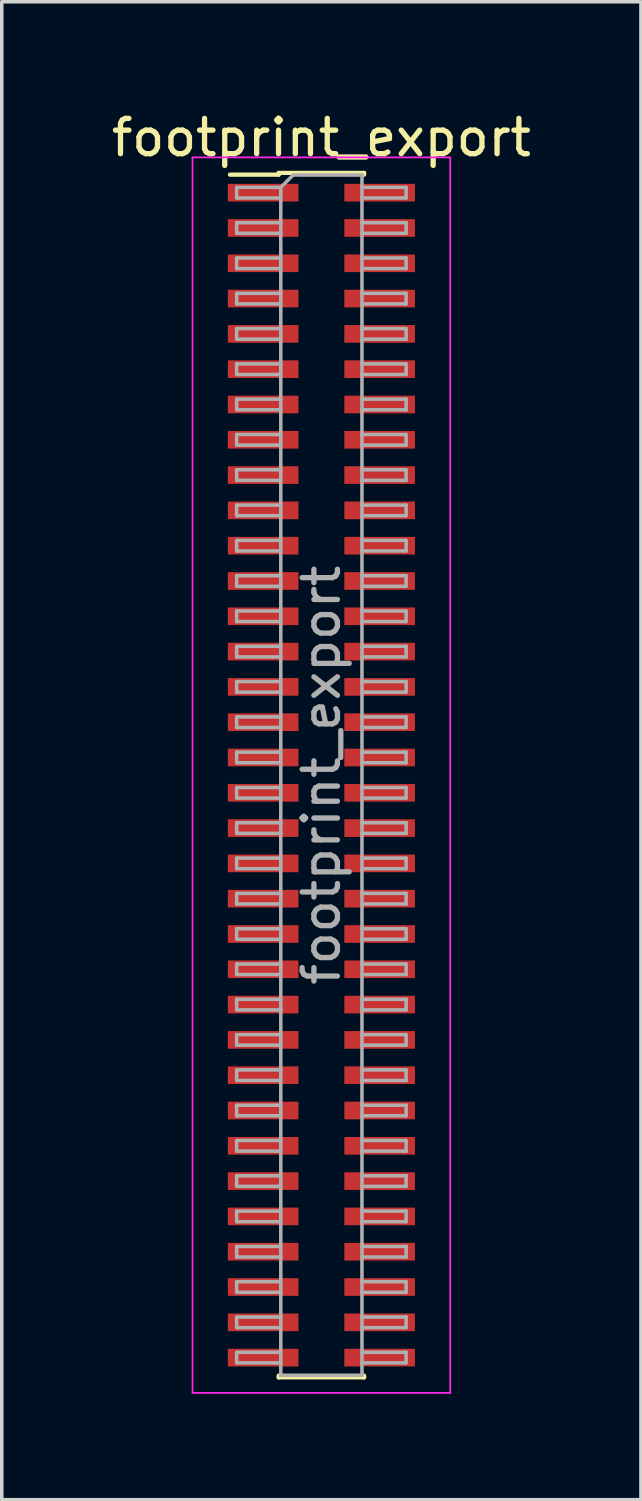
<source format=kicad_pcb>
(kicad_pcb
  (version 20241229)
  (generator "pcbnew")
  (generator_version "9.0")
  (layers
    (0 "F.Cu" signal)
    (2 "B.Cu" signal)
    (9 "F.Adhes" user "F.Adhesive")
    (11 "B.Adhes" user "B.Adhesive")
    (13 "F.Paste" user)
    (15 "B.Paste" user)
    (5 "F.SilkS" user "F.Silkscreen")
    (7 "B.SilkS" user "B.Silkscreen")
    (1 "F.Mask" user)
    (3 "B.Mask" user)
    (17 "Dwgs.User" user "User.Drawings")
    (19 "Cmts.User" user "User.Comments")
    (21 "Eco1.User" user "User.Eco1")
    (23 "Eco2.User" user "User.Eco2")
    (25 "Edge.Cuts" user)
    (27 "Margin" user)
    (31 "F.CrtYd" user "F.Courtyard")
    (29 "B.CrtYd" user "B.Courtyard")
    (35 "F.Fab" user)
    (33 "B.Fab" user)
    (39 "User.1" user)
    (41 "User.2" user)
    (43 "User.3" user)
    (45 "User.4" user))
  (footprint "footprint_export"
    (layer "F.Cu")
    (at 6.054 18.908)
    (property "Reference" "footprint_export" (at 0 -18.06 0) (layer "F.SilkS") (effects (font (size 1 1) (thickness 0.15))))
    (attr smd)
    (fp_line (start -2.59 -17.01) (end -1.21 -17.01) (stroke (width 0.12) (type solid)) (layer "F.SilkS"))
    (fp_line (start -1.21 -17.06) (end -1.21 -17.01) (stroke (width 0.12) (type solid)) (layer "F.SilkS"))
    (fp_line (start -1.21 -17.06) (end 1.21 -17.06) (stroke (width 0.12) (type solid)) (layer "F.SilkS"))
    (fp_line (start -1.21 17.01) (end -1.21 17.06) (stroke (width 0.12) (type solid)) (layer "F.SilkS"))
    (fp_line (start -1.21 17.06) (end 1.21 17.06) (stroke (width 0.12) (type solid)) (layer "F.SilkS"))
    (fp_line (start 1.21 -17.06) (end 1.21 -17.01) (stroke (width 0.12) (type solid)) (layer "F.SilkS"))
    (fp_line (start 1.21 17.01) (end 1.21 17.06) (stroke (width 0.12) (type solid)) (layer "F.SilkS"))
    (fp_line (start -3.65 -17.5) (end -3.65 17.5) (stroke (width 0.05) (type solid)) (layer "F.CrtYd"))
    (fp_line (start -3.65 17.5) (end 3.65 17.5) (stroke (width 0.05) (type solid)) (layer "F.CrtYd"))
    (fp_line (start 3.65 -17.5) (end -3.65 -17.5) (stroke (width 0.05) (type solid)) (layer "F.CrtYd"))
    (fp_line (start 3.65 17.5) (end 3.65 -17.5) (stroke (width 0.05) (type solid)) (layer "F.CrtYd"))
    (fp_line (start -2.4 -16.65) (end -2.4 -16.35) (stroke (width 0.1) (type solid)) (layer "F.Fab"))
    (fp_line (start -2.4 -16.35) (end -1.15 -16.35) (stroke (width 0.1) (type solid)) (layer "F.Fab"))
    (fp_line (start -2.4 -15.65) (end -2.4 -15.35) (stroke (width 0.1) (type solid)) (layer "F.Fab"))
    (fp_line (start -2.4 -15.35) (end -1.15 -15.35) (stroke (width 0.1) (type solid)) (layer "F.Fab"))
    (fp_line (start -2.4 -14.65) (end -2.4 -14.35) (stroke (width 0.1) (type solid)) (layer "F.Fab"))
    (fp_line (start -2.4 -14.35) (end -1.15 -14.35) (stroke (width 0.1) (type solid)) (layer "F.Fab"))
    (fp_line (start -2.4 -13.65) (end -2.4 -13.35) (stroke (width 0.1) (type solid)) (layer "F.Fab"))
    (fp_line (start -2.4 -13.35) (end -1.15 -13.35) (stroke (width 0.1) (type solid)) (layer "F.Fab"))
    (fp_line (start -2.4 -12.65) (end -2.4 -12.35) (stroke (width 0.1) (type solid)) (layer "F.Fab"))
    (fp_line (start -2.4 -12.35) (end -1.15 -12.35) (stroke (width 0.1) (type solid)) (layer "F.Fab"))
    (fp_line (start -2.4 -11.65) (end -2.4 -11.35) (stroke (width 0.1) (type solid)) (layer "F.Fab"))
    (fp_line (start -2.4 -11.35) (end -1.15 -11.35) (stroke (width 0.1) (type solid)) (layer "F.Fab"))
    (fp_line (start -2.4 -10.65) (end -2.4 -10.35) (stroke (width 0.1) (type solid)) (layer "F.Fab"))
    (fp_line (start -2.4 -10.35) (end -1.15 -10.35) (stroke (width 0.1) (type solid)) (layer "F.Fab"))
    (fp_line (start -2.4 -9.65) (end -2.4 -9.35) (stroke (width 0.1) (type solid)) (layer "F.Fab"))
    (fp_line (start -2.4 -9.35) (end -1.15 -9.35) (stroke (width 0.1) (type solid)) (layer "F.Fab"))
    (fp_line (start -2.4 -8.65) (end -2.4 -8.35) (stroke (width 0.1) (type solid)) (layer "F.Fab"))
    (fp_line (start -2.4 -8.35) (end -1.15 -8.35) (stroke (width 0.1) (type solid)) (layer "F.Fab"))
    (fp_line (start -2.4 -7.65) (end -2.4 -7.35) (stroke (width 0.1) (type solid)) (layer "F.Fab"))
    (fp_line (start -2.4 -7.35) (end -1.15 -7.35) (stroke (width 0.1) (type solid)) (layer "F.Fab"))
    (fp_line (start -2.4 -6.65) (end -2.4 -6.35) (stroke (width 0.1) (type solid)) (layer "F.Fab"))
    (fp_line (start -2.4 -6.35) (end -1.15 -6.35) (stroke (width 0.1) (type solid)) (layer "F.Fab"))
    (fp_line (start -2.4 -5.65) (end -2.4 -5.35) (stroke (width 0.1) (type solid)) (layer "F.Fab"))
    (fp_line (start -2.4 -5.35) (end -1.15 -5.35) (stroke (width 0.1) (type solid)) (layer "F.Fab"))
    (fp_line (start -2.4 -4.65) (end -2.4 -4.35) (stroke (width 0.1) (type solid)) (layer "F.Fab"))
    (fp_line (start -2.4 -4.35) (end -1.15 -4.35) (stroke (width 0.1) (type solid)) (layer "F.Fab"))
    (fp_line (start -2.4 -3.65) (end -2.4 -3.35) (stroke (width 0.1) (type solid)) (layer "F.Fab"))
    (fp_line (start -2.4 -3.35) (end -1.15 -3.35) (stroke (width 0.1) (type solid)) (layer "F.Fab"))
    (fp_line (start -2.4 -2.65) (end -2.4 -2.35) (stroke (width 0.1) (type solid)) (layer "F.Fab"))
    (fp_line (start -2.4 -2.35) (end -1.15 -2.35) (stroke (width 0.1) (type solid)) (layer "F.Fab"))
    (fp_line (start -2.4 -1.65) (end -2.4 -1.35) (stroke (width 0.1) (type solid)) (layer "F.Fab"))
    (fp_line (start -2.4 -1.35) (end -1.15 -1.35) (stroke (width 0.1) (type solid)) (layer "F.Fab"))
    (fp_line (start -2.4 -0.65) (end -2.4 -0.35) (stroke (width 0.1) (type solid)) (layer "F.Fab"))
    (fp_line (start -2.4 -0.35) (end -1.15 -0.35) (stroke (width 0.1) (type solid)) (layer "F.Fab"))
    (fp_line (start -2.4 0.35) (end -2.4 0.65) (stroke (width 0.1) (type solid)) (layer "F.Fab"))
    (fp_line (start -2.4 0.65) (end -1.15 0.65) (stroke (width 0.1) (type solid)) (layer "F.Fab"))
    (fp_line (start -2.4 1.35) (end -2.4 1.65) (stroke (width 0.1) (type solid)) (layer "F.Fab"))
    (fp_line (start -2.4 1.65) (end -1.15 1.65) (stroke (width 0.1) (type solid)) (layer "F.Fab"))
    (fp_line (start -2.4 2.35) (end -2.4 2.65) (stroke (width 0.1) (type solid)) (layer "F.Fab"))
    (fp_line (start -2.4 2.65) (end -1.15 2.65) (stroke (width 0.1) (type solid)) (layer "F.Fab"))
    (fp_line (start -2.4 3.35) (end -2.4 3.65) (stroke (width 0.1) (type solid)) (layer "F.Fab"))
    (fp_line (start -2.4 3.65) (end -1.15 3.65) (stroke (width 0.1) (type solid)) (layer "F.Fab"))
    (fp_line (start -2.4 4.35) (end -2.4 4.65) (stroke (width 0.1) (type solid)) (layer "F.Fab"))
    (fp_line (start -2.4 4.65) (end -1.15 4.65) (stroke (width 0.1) (type solid)) (layer "F.Fab"))
    (fp_line (start -2.4 5.35) (end -2.4 5.65) (stroke (width 0.1) (type solid)) (layer "F.Fab"))
    (fp_line (start -2.4 5.65) (end -1.15 5.65) (stroke (width 0.1) (type solid)) (layer "F.Fab"))
    (fp_line (start -2.4 6.35) (end -2.4 6.65) (stroke (width 0.1) (type solid)) (layer "F.Fab"))
    (fp_line (start -2.4 6.65) (end -1.15 6.65) (stroke (width 0.1) (type solid)) (layer "F.Fab"))
    (fp_line (start -2.4 7.35) (end -2.4 7.65) (stroke (width 0.1) (type solid)) (layer "F.Fab"))
    (fp_line (start -2.4 7.65) (end -1.15 7.65) (stroke (width 0.1) (type solid)) (layer "F.Fab"))
    (fp_line (start -2.4 8.35) (end -2.4 8.65) (stroke (width 0.1) (type solid)) (layer "F.Fab"))
    (fp_line (start -2.4 8.65) (end -1.15 8.65) (stroke (width 0.1) (type solid)) (layer "F.Fab"))
    (fp_line (start -2.4 9.35) (end -2.4 9.65) (stroke (width 0.1) (type solid)) (layer "F.Fab"))
    (fp_line (start -2.4 9.65) (end -1.15 9.65) (stroke (width 0.1) (type solid)) (layer "F.Fab"))
    (fp_line (start -2.4 10.35) (end -2.4 10.65) (stroke (width 0.1) (type solid)) (layer "F.Fab"))
    (fp_line (start -2.4 10.65) (end -1.15 10.65) (stroke (width 0.1) (type solid)) (layer "F.Fab"))
    (fp_line (start -2.4 11.35) (end -2.4 11.65) (stroke (width 0.1) (type solid)) (layer "F.Fab"))
    (fp_line (start -2.4 11.65) (end -1.15 11.65) (stroke (width 0.1) (type solid)) (layer "F.Fab"))
    (fp_line (start -2.4 12.35) (end -2.4 12.65) (stroke (width 0.1) (type solid)) (layer "F.Fab"))
    (fp_line (start -2.4 12.65) (end -1.15 12.65) (stroke (width 0.1) (type solid)) (layer "F.Fab"))
    (fp_line (start -2.4 13.35) (end -2.4 13.65) (stroke (width 0.1) (type solid)) (layer "F.Fab"))
    (fp_line (start -2.4 13.65) (end -1.15 13.65) (stroke (width 0.1) (type solid)) (layer "F.Fab"))
    (fp_line (start -2.4 14.35) (end -2.4 14.65) (stroke (width 0.1) (type solid)) (layer "F.Fab"))
    (fp_line (start -2.4 14.65) (end -1.15 14.65) (stroke (width 0.1) (type solid)) (layer "F.Fab"))
    (fp_line (start -2.4 15.35) (end -2.4 15.65) (stroke (width 0.1) (type solid)) (layer "F.Fab"))
    (fp_line (start -2.4 15.65) (end -1.15 15.65) (stroke (width 0.1) (type solid)) (layer "F.Fab"))
    (fp_line (start -2.4 16.35) (end -2.4 16.65) (stroke (width 0.1) (type solid)) (layer "F.Fab"))
    (fp_line (start -2.4 16.65) (end -1.15 16.65) (stroke (width 0.1) (type solid)) (layer "F.Fab"))
    (fp_line (start -1.15 -16.65) (end -2.4 -16.65) (stroke (width 0.1) (type solid)) (layer "F.Fab"))
    (fp_line (start -1.15 -16.65) (end -0.8 -17) (stroke (width 0.1) (type solid)) (layer "F.Fab"))
    (fp_line (start -1.15 -15.65) (end -2.4 -15.65) (stroke (width 0.1) (type solid)) (layer "F.Fab"))
    (fp_line (start -1.15 -14.65) (end -2.4 -14.65) (stroke (width 0.1) (type solid)) (layer "F.Fab"))
    (fp_line (start -1.15 -13.65) (end -2.4 -13.65) (stroke (width 0.1) (type solid)) (layer "F.Fab"))
    (fp_line (start -1.15 -12.65) (end -2.4 -12.65) (stroke (width 0.1) (type solid)) (layer "F.Fab"))
    (fp_line (start -1.15 -11.65) (end -2.4 -11.65) (stroke (width 0.1) (type solid)) (layer "F.Fab"))
    (fp_line (start -1.15 -10.65) (end -2.4 -10.65) (stroke (width 0.1) (type solid)) (layer "F.Fab"))
    (fp_line (start -1.15 -9.65) (end -2.4 -9.65) (stroke (width 0.1) (type solid)) (layer "F.Fab"))
    (fp_line (start -1.15 -8.65) (end -2.4 -8.65) (stroke (width 0.1) (type solid)) (layer "F.Fab"))
    (fp_line (start -1.15 -7.65) (end -2.4 -7.65) (stroke (width 0.1) (type solid)) (layer "F.Fab"))
    (fp_line (start -1.15 -6.65) (end -2.4 -6.65) (stroke (width 0.1) (type solid)) (layer "F.Fab"))
    (fp_line (start -1.15 -5.65) (end -2.4 -5.65) (stroke (width 0.1) (type solid)) (layer "F.Fab"))
    (fp_line (start -1.15 -4.65) (end -2.4 -4.65) (stroke (width 0.1) (type solid)) (layer "F.Fab"))
    (fp_line (start -1.15 -3.65) (end -2.4 -3.65) (stroke (width 0.1) (type solid)) (layer "F.Fab"))
    (fp_line (start -1.15 -2.65) (end -2.4 -2.65) (stroke (width 0.1) (type solid)) (layer "F.Fab"))
    (fp_line (start -1.15 -1.65) (end -2.4 -1.65) (stroke (width 0.1) (type solid)) (layer "F.Fab"))
    (fp_line (start -1.15 -0.65) (end -2.4 -0.65) (stroke (width 0.1) (type solid)) (layer "F.Fab"))
    (fp_line (start -1.15 0.35) (end -2.4 0.35) (stroke (width 0.1) (type solid)) (layer "F.Fab"))
    (fp_line (start -1.15 1.35) (end -2.4 1.35) (stroke (width 0.1) (type solid)) (layer "F.Fab"))
    (fp_line (start -1.15 2.35) (end -2.4 2.35) (stroke (width 0.1) (type solid)) (layer "F.Fab"))
    (fp_line (start -1.15 3.35) (end -2.4 3.35) (stroke (width 0.1) (type solid)) (layer "F.Fab"))
    (fp_line (start -1.15 4.35) (end -2.4 4.35) (stroke (width 0.1) (type solid)) (layer "F.Fab"))
    (fp_line (start -1.15 5.35) (end -2.4 5.35) (stroke (width 0.1) (type solid)) (layer "F.Fab"))
    (fp_line (start -1.15 6.35) (end -2.4 6.35) (stroke (width 0.1) (type solid)) (layer "F.Fab"))
    (fp_line (start -1.15 7.35) (end -2.4 7.35) (stroke (width 0.1) (type solid)) (layer "F.Fab"))
    (fp_line (start -1.15 8.35) (end -2.4 8.35) (stroke (width 0.1) (type solid)) (layer "F.Fab"))
    (fp_line (start -1.15 9.35) (end -2.4 9.35) (stroke (width 0.1) (type solid)) (layer "F.Fab"))
    (fp_line (start -1.15 10.35) (end -2.4 10.35) (stroke (width 0.1) (type solid)) (layer "F.Fab"))
    (fp_line (start -1.15 11.35) (end -2.4 11.35) (stroke (width 0.1) (type solid)) (layer "F.Fab"))
    (fp_line (start -1.15 12.35) (end -2.4 12.35) (stroke (width 0.1) (type solid)) (layer "F.Fab"))
    (fp_line (start -1.15 13.35) (end -2.4 13.35) (stroke (width 0.1) (type solid)) (layer "F.Fab"))
    (fp_line (start -1.15 14.35) (end -2.4 14.35) (stroke (width 0.1) (type solid)) (layer "F.Fab"))
    (fp_line (start -1.15 15.35) (end -2.4 15.35) (stroke (width 0.1) (type solid)) (layer "F.Fab"))
    (fp_line (start -1.15 16.35) (end -2.4 16.35) (stroke (width 0.1) (type solid)) (layer "F.Fab"))
    (fp_line (start -1.15 17) (end -1.15 -16.65) (stroke (width 0.1) (type solid)) (layer "F.Fab"))
    (fp_line (start -0.8 -17) (end 1.15 -17) (stroke (width 0.1) (type solid)) (layer "F.Fab"))
    (fp_line (start 1.15 -17) (end 1.15 17) (stroke (width 0.1) (type solid)) (layer "F.Fab"))
    (fp_line (start 1.15 -16.65) (end 2.4 -16.65) (stroke (width 0.1) (type solid)) (layer "F.Fab"))
    (fp_line (start 1.15 -15.65) (end 2.4 -15.65) (stroke (width 0.1) (type solid)) (layer "F.Fab"))
    (fp_line (start 1.15 -14.65) (end 2.4 -14.65) (stroke (width 0.1) (type solid)) (layer "F.Fab"))
    (fp_line (start 1.15 -13.65) (end 2.4 -13.65) (stroke (width 0.1) (type solid)) (layer "F.Fab"))
    (fp_line (start 1.15 -12.65) (end 2.4 -12.65) (stroke (width 0.1) (type solid)) (layer "F.Fab"))
    (fp_line (start 1.15 -11.65) (end 2.4 -11.65) (stroke (width 0.1) (type solid)) (layer "F.Fab"))
    (fp_line (start 1.15 -10.65) (end 2.4 -10.65) (stroke (width 0.1) (type solid)) (layer "F.Fab"))
    (fp_line (start 1.15 -9.65) (end 2.4 -9.65) (stroke (width 0.1) (type solid)) (layer "F.Fab"))
    (fp_line (start 1.15 -8.65) (end 2.4 -8.65) (stroke (width 0.1) (type solid)) (layer "F.Fab"))
    (fp_line (start 1.15 -7.65) (end 2.4 -7.65) (stroke (width 0.1) (type solid)) (layer "F.Fab"))
    (fp_line (start 1.15 -6.65) (end 2.4 -6.65) (stroke (width 0.1) (type solid)) (layer "F.Fab"))
    (fp_line (start 1.15 -5.65) (end 2.4 -5.65) (stroke (width 0.1) (type solid)) (layer "F.Fab"))
    (fp_line (start 1.15 -4.65) (end 2.4 -4.65) (stroke (width 0.1) (type solid)) (layer "F.Fab"))
    (fp_line (start 1.15 -3.65) (end 2.4 -3.65) (stroke (width 0.1) (type solid)) (layer "F.Fab"))
    (fp_line (start 1.15 -2.65) (end 2.4 -2.65) (stroke (width 0.1) (type solid)) (layer "F.Fab"))
    (fp_line (start 1.15 -1.65) (end 2.4 -1.65) (stroke (width 0.1) (type solid)) (layer "F.Fab"))
    (fp_line (start 1.15 -0.65) (end 2.4 -0.65) (stroke (width 0.1) (type solid)) (layer "F.Fab"))
    (fp_line (start 1.15 0.35) (end 2.4 0.35) (stroke (width 0.1) (type solid)) (layer "F.Fab"))
    (fp_line (start 1.15 1.35) (end 2.4 1.35) (stroke (width 0.1) (type solid)) (layer "F.Fab"))
    (fp_line (start 1.15 2.35) (end 2.4 2.35) (stroke (width 0.1) (type solid)) (layer "F.Fab"))
    (fp_line (start 1.15 3.35) (end 2.4 3.35) (stroke (width 0.1) (type solid)) (layer "F.Fab"))
    (fp_line (start 1.15 4.35) (end 2.4 4.35) (stroke (width 0.1) (type solid)) (layer "F.Fab"))
    (fp_line (start 1.15 5.35) (end 2.4 5.35) (stroke (width 0.1) (type solid)) (layer "F.Fab"))
    (fp_line (start 1.15 6.35) (end 2.4 6.35) (stroke (width 0.1) (type solid)) (layer "F.Fab"))
    (fp_line (start 1.15 7.35) (end 2.4 7.35) (stroke (width 0.1) (type solid)) (layer "F.Fab"))
    (fp_line (start 1.15 8.35) (end 2.4 8.35) (stroke (width 0.1) (type solid)) (layer "F.Fab"))
    (fp_line (start 1.15 9.35) (end 2.4 9.35) (stroke (width 0.1) (type solid)) (layer "F.Fab"))
    (fp_line (start 1.15 10.35) (end 2.4 10.35) (stroke (width 0.1) (type solid)) (layer "F.Fab"))
    (fp_line (start 1.15 11.35) (end 2.4 11.35) (stroke (width 0.1) (type solid)) (layer "F.Fab"))
    (fp_line (start 1.15 12.35) (end 2.4 12.35) (stroke (width 0.1) (type solid)) (layer "F.Fab"))
    (fp_line (start 1.15 13.35) (end 2.4 13.35) (stroke (width 0.1) (type solid)) (layer "F.Fab"))
    (fp_line (start 1.15 14.35) (end 2.4 14.35) (stroke (width 0.1) (type solid)) (layer "F.Fab"))
    (fp_line (start 1.15 15.35) (end 2.4 15.35) (stroke (width 0.1) (type solid)) (layer "F.Fab"))
    (fp_line (start 1.15 16.35) (end 2.4 16.35) (stroke (width 0.1) (type solid)) (layer "F.Fab"))
    (fp_line (start 1.15 17) (end -1.15 17) (stroke (width 0.1) (type solid)) (layer "F.Fab"))
    (fp_line (start 2.4 -16.65) (end 2.4 -16.35) (stroke (width 0.1) (type solid)) (layer "F.Fab"))
    (fp_line (start 2.4 -16.35) (end 1.15 -16.35) (stroke (width 0.1) (type solid)) (layer "F.Fab"))
    (fp_line (start 2.4 -15.65) (end 2.4 -15.35) (stroke (width 0.1) (type solid)) (layer "F.Fab"))
    (fp_line (start 2.4 -15.35) (end 1.15 -15.35) (stroke (width 0.1) (type solid)) (layer "F.Fab"))
    (fp_line (start 2.4 -14.65) (end 2.4 -14.35) (stroke (width 0.1) (type solid)) (layer "F.Fab"))
    (fp_line (start 2.4 -14.35) (end 1.15 -14.35) (stroke (width 0.1) (type solid)) (layer "F.Fab"))
    (fp_line (start 2.4 -13.65) (end 2.4 -13.35) (stroke (width 0.1) (type solid)) (layer "F.Fab"))
    (fp_line (start 2.4 -13.35) (end 1.15 -13.35) (stroke (width 0.1) (type solid)) (layer "F.Fab"))
    (fp_line (start 2.4 -12.65) (end 2.4 -12.35) (stroke (width 0.1) (type solid)) (layer "F.Fab"))
    (fp_line (start 2.4 -12.35) (end 1.15 -12.35) (stroke (width 0.1) (type solid)) (layer "F.Fab"))
    (fp_line (start 2.4 -11.65) (end 2.4 -11.35) (stroke (width 0.1) (type solid)) (layer "F.Fab"))
    (fp_line (start 2.4 -11.35) (end 1.15 -11.35) (stroke (width 0.1) (type solid)) (layer "F.Fab"))
    (fp_line (start 2.4 -10.65) (end 2.4 -10.35) (stroke (width 0.1) (type solid)) (layer "F.Fab"))
    (fp_line (start 2.4 -10.35) (end 1.15 -10.35) (stroke (width 0.1) (type solid)) (layer "F.Fab"))
    (fp_line (start 2.4 -9.65) (end 2.4 -9.35) (stroke (width 0.1) (type solid)) (layer "F.Fab"))
    (fp_line (start 2.4 -9.35) (end 1.15 -9.35) (stroke (width 0.1) (type solid)) (layer "F.Fab"))
    (fp_line (start 2.4 -8.65) (end 2.4 -8.35) (stroke (width 0.1) (type solid)) (layer "F.Fab"))
    (fp_line (start 2.4 -8.35) (end 1.15 -8.35) (stroke (width 0.1) (type solid)) (layer "F.Fab"))
    (fp_line (start 2.4 -7.65) (end 2.4 -7.35) (stroke (width 0.1) (type solid)) (layer "F.Fab"))
    (fp_line (start 2.4 -7.35) (end 1.15 -7.35) (stroke (width 0.1) (type solid)) (layer "F.Fab"))
    (fp_line (start 2.4 -6.65) (end 2.4 -6.35) (stroke (width 0.1) (type solid)) (layer "F.Fab"))
    (fp_line (start 2.4 -6.35) (end 1.15 -6.35) (stroke (width 0.1) (type solid)) (layer "F.Fab"))
    (fp_line (start 2.4 -5.65) (end 2.4 -5.35) (stroke (width 0.1) (type solid)) (layer "F.Fab"))
    (fp_line (start 2.4 -5.35) (end 1.15 -5.35) (stroke (width 0.1) (type solid)) (layer "F.Fab"))
    (fp_line (start 2.4 -4.65) (end 2.4 -4.35) (stroke (width 0.1) (type solid)) (layer "F.Fab"))
    (fp_line (start 2.4 -4.35) (end 1.15 -4.35) (stroke (width 0.1) (type solid)) (layer "F.Fab"))
    (fp_line (start 2.4 -3.65) (end 2.4 -3.35) (stroke (width 0.1) (type solid)) (layer "F.Fab"))
    (fp_line (start 2.4 -3.35) (end 1.15 -3.35) (stroke (width 0.1) (type solid)) (layer "F.Fab"))
    (fp_line (start 2.4 -2.65) (end 2.4 -2.35) (stroke (width 0.1) (type solid)) (layer "F.Fab"))
    (fp_line (start 2.4 -2.35) (end 1.15 -2.35) (stroke (width 0.1) (type solid)) (layer "F.Fab"))
    (fp_line (start 2.4 -1.65) (end 2.4 -1.35) (stroke (width 0.1) (type solid)) (layer "F.Fab"))
    (fp_line (start 2.4 -1.35) (end 1.15 -1.35) (stroke (width 0.1) (type solid)) (layer "F.Fab"))
    (fp_line (start 2.4 -0.65) (end 2.4 -0.35) (stroke (width 0.1) (type solid)) (layer "F.Fab"))
    (fp_line (start 2.4 -0.35) (end 1.15 -0.35) (stroke (width 0.1) (type solid)) (layer "F.Fab"))
    (fp_line (start 2.4 0.35) (end 2.4 0.65) (stroke (width 0.1) (type solid)) (layer "F.Fab"))
    (fp_line (start 2.4 0.65) (end 1.15 0.65) (stroke (width 0.1) (type solid)) (layer "F.Fab"))
    (fp_line (start 2.4 1.35) (end 2.4 1.65) (stroke (width 0.1) (type solid)) (layer "F.Fab"))
    (fp_line (start 2.4 1.65) (end 1.15 1.65) (stroke (width 0.1) (type solid)) (layer "F.Fab"))
    (fp_line (start 2.4 2.35) (end 2.4 2.65) (stroke (width 0.1) (type solid)) (layer "F.Fab"))
    (fp_line (start 2.4 2.65) (end 1.15 2.65) (stroke (width 0.1) (type solid)) (layer "F.Fab"))
    (fp_line (start 2.4 3.35) (end 2.4 3.65) (stroke (width 0.1) (type solid)) (layer "F.Fab"))
    (fp_line (start 2.4 3.65) (end 1.15 3.65) (stroke (width 0.1) (type solid)) (layer "F.Fab"))
    (fp_line (start 2.4 4.35) (end 2.4 4.65) (stroke (width 0.1) (type solid)) (layer "F.Fab"))
    (fp_line (start 2.4 4.65) (end 1.15 4.65) (stroke (width 0.1) (type solid)) (layer "F.Fab"))
    (fp_line (start 2.4 5.35) (end 2.4 5.65) (stroke (width 0.1) (type solid)) (layer "F.Fab"))
    (fp_line (start 2.4 5.65) (end 1.15 5.65) (stroke (width 0.1) (type solid)) (layer "F.Fab"))
    (fp_line (start 2.4 6.35) (end 2.4 6.65) (stroke (width 0.1) (type solid)) (layer "F.Fab"))
    (fp_line (start 2.4 6.65) (end 1.15 6.65) (stroke (width 0.1) (type solid)) (layer "F.Fab"))
    (fp_line (start 2.4 7.35) (end 2.4 7.65) (stroke (width 0.1) (type solid)) (layer "F.Fab"))
    (fp_line (start 2.4 7.65) (end 1.15 7.65) (stroke (width 0.1) (type solid)) (layer "F.Fab"))
    (fp_line (start 2.4 8.35) (end 2.4 8.65) (stroke (width 0.1) (type solid)) (layer "F.Fab"))
    (fp_line (start 2.4 8.65) (end 1.15 8.65) (stroke (width 0.1) (type solid)) (layer "F.Fab"))
    (fp_line (start 2.4 9.35) (end 2.4 9.65) (stroke (width 0.1) (type solid)) (layer "F.Fab"))
    (fp_line (start 2.4 9.65) (end 1.15 9.65) (stroke (width 0.1) (type solid)) (layer "F.Fab"))
    (fp_line (start 2.4 10.35) (end 2.4 10.65) (stroke (width 0.1) (type solid)) (layer "F.Fab"))
    (fp_line (start 2.4 10.65) (end 1.15 10.65) (stroke (width 0.1) (type solid)) (layer "F.Fab"))
    (fp_line (start 2.4 11.35) (end 2.4 11.65) (stroke (width 0.1) (type solid)) (layer "F.Fab"))
    (fp_line (start 2.4 11.65) (end 1.15 11.65) (stroke (width 0.1) (type solid)) (layer "F.Fab"))
    (fp_line (start 2.4 12.35) (end 2.4 12.65) (stroke (width 0.1) (type solid)) (layer "F.Fab"))
    (fp_line (start 2.4 12.65) (end 1.15 12.65) (stroke (width 0.1) (type solid)) (layer "F.Fab"))
    (fp_line (start 2.4 13.35) (end 2.4 13.65) (stroke (width 0.1) (type solid)) (layer "F.Fab"))
    (fp_line (start 2.4 13.65) (end 1.15 13.65) (stroke (width 0.1) (type solid)) (layer "F.Fab"))
    (fp_line (start 2.4 14.35) (end 2.4 14.65) (stroke (width 0.1) (type solid)) (layer "F.Fab"))
    (fp_line (start 2.4 14.65) (end 1.15 14.65) (stroke (width 0.1) (type solid)) (layer "F.Fab"))
    (fp_line (start 2.4 15.35) (end 2.4 15.65) (stroke (width 0.1) (type solid)) (layer "F.Fab"))
    (fp_line (start 2.4 15.65) (end 1.15 15.65) (stroke (width 0.1) (type solid)) (layer "F.Fab"))
    (fp_line (start 2.4 16.35) (end 2.4 16.65) (stroke (width 0.1) (type solid)) (layer "F.Fab"))
    (fp_line (start 2.4 16.65) (end 1.15 16.65) (stroke (width 0.1) (type solid)) (layer "F.Fab"))
    (fp_text user "${REFERENCE}" (at 0 0 90) (layer "F.Fab") (effects (font (size 1 1) (thickness 0.15))))
    (pad "1" smd rect (at -1.65 -16.5) (size 2 0.5) (layers "F.Cu" "F.Mask" "F.Paste"))
    (pad "2" smd rect (at 1.65 -16.5) (size 2 0.5) (layers "F.Cu" "F.Mask" "F.Paste"))
    (pad "3" smd rect (at -1.65 -15.5) (size 2 0.5) (layers "F.Cu" "F.Mask" "F.Paste"))
    (pad "4" smd rect (at 1.65 -15.5) (size 2 0.5) (layers "F.Cu" "F.Mask" "F.Paste"))
    (pad "5" smd rect (at -1.65 -14.5) (size 2 0.5) (layers "F.Cu" "F.Mask" "F.Paste"))
    (pad "6" smd rect (at 1.65 -14.5) (size 2 0.5) (layers "F.Cu" "F.Mask" "F.Paste"))
    (pad "7" smd rect (at -1.65 -13.5) (size 2 0.5) (layers "F.Cu" "F.Mask" "F.Paste"))
    (pad "8" smd rect (at 1.65 -13.5) (size 2 0.5) (layers "F.Cu" "F.Mask" "F.Paste"))
    (pad "9" smd rect (at -1.65 -12.5) (size 2 0.5) (layers "F.Cu" "F.Mask" "F.Paste"))
    (pad "10" smd rect (at 1.65 -12.5) (size 2 0.5) (layers "F.Cu" "F.Mask" "F.Paste"))
    (pad "11" smd rect (at -1.65 -11.5) (size 2 0.5) (layers "F.Cu" "F.Mask" "F.Paste"))
    (pad "12" smd rect (at 1.65 -11.5) (size 2 0.5) (layers "F.Cu" "F.Mask" "F.Paste"))
    (pad "13" smd rect (at -1.65 -10.5) (size 2 0.5) (layers "F.Cu" "F.Mask" "F.Paste"))
    (pad "14" smd rect (at 1.65 -10.5) (size 2 0.5) (layers "F.Cu" "F.Mask" "F.Paste"))
    (pad "15" smd rect (at -1.65 -9.5) (size 2 0.5) (layers "F.Cu" "F.Mask" "F.Paste"))
    (pad "16" smd rect (at 1.65 -9.5) (size 2 0.5) (layers "F.Cu" "F.Mask" "F.Paste"))
    (pad "17" smd rect (at -1.65 -8.5) (size 2 0.5) (layers "F.Cu" "F.Mask" "F.Paste"))
    (pad "18" smd rect (at 1.65 -8.5) (size 2 0.5) (layers "F.Cu" "F.Mask" "F.Paste"))
    (pad "19" smd rect (at -1.65 -7.5) (size 2 0.5) (layers "F.Cu" "F.Mask" "F.Paste"))
    (pad "20" smd rect (at 1.65 -7.5) (size 2 0.5) (layers "F.Cu" "F.Mask" "F.Paste"))
    (pad "21" smd rect (at -1.65 -6.5) (size 2 0.5) (layers "F.Cu" "F.Mask" "F.Paste"))
    (pad "22" smd rect (at 1.65 -6.5) (size 2 0.5) (layers "F.Cu" "F.Mask" "F.Paste"))
    (pad "23" smd rect (at -1.65 -5.5) (size 2 0.5) (layers "F.Cu" "F.Mask" "F.Paste"))
    (pad "24" smd rect (at 1.65 -5.5) (size 2 0.5) (layers "F.Cu" "F.Mask" "F.Paste"))
    (pad "25" smd rect (at -1.65 -4.5) (size 2 0.5) (layers "F.Cu" "F.Mask" "F.Paste"))
    (pad "26" smd rect (at 1.65 -4.5) (size 2 0.5) (layers "F.Cu" "F.Mask" "F.Paste"))
    (pad "27" smd rect (at -1.65 -3.5) (size 2 0.5) (layers "F.Cu" "F.Mask" "F.Paste"))
    (pad "28" smd rect (at 1.65 -3.5) (size 2 0.5) (layers "F.Cu" "F.Mask" "F.Paste"))
    (pad "29" smd rect (at -1.65 -2.5) (size 2 0.5) (layers "F.Cu" "F.Mask" "F.Paste"))
    (pad "30" smd rect (at 1.65 -2.5) (size 2 0.5) (layers "F.Cu" "F.Mask" "F.Paste"))
    (pad "31" smd rect (at -1.65 -1.5) (size 2 0.5) (layers "F.Cu" "F.Mask" "F.Paste"))
    (pad "32" smd rect (at 1.65 -1.5) (size 2 0.5) (layers "F.Cu" "F.Mask" "F.Paste"))
    (pad "33" smd rect (at -1.65 -0.5) (size 2 0.5) (layers "F.Cu" "F.Mask" "F.Paste"))
    (pad "34" smd rect (at 1.65 -0.5) (size 2 0.5) (layers "F.Cu" "F.Mask" "F.Paste"))
    (pad "35" smd rect (at -1.65 0.5) (size 2 0.5) (layers "F.Cu" "F.Mask" "F.Paste"))
    (pad "36" smd rect (at 1.65 0.5) (size 2 0.5) (layers "F.Cu" "F.Mask" "F.Paste"))
    (pad "37" smd rect (at -1.65 1.5) (size 2 0.5) (layers "F.Cu" "F.Mask" "F.Paste"))
    (pad "38" smd rect (at 1.65 1.5) (size 2 0.5) (layers "F.Cu" "F.Mask" "F.Paste"))
    (pad "39" smd rect (at -1.65 2.5) (size 2 0.5) (layers "F.Cu" "F.Mask" "F.Paste"))
    (pad "40" smd rect (at 1.65 2.5) (size 2 0.5) (layers "F.Cu" "F.Mask" "F.Paste"))
    (pad "41" smd rect (at -1.65 3.5) (size 2 0.5) (layers "F.Cu" "F.Mask" "F.Paste"))
    (pad "42" smd rect (at 1.65 3.5) (size 2 0.5) (layers "F.Cu" "F.Mask" "F.Paste"))
    (pad "43" smd rect (at -1.65 4.5) (size 2 0.5) (layers "F.Cu" "F.Mask" "F.Paste"))
    (pad "44" smd rect (at 1.65 4.5) (size 2 0.5) (layers "F.Cu" "F.Mask" "F.Paste"))
    (pad "45" smd rect (at -1.65 5.5) (size 2 0.5) (layers "F.Cu" "F.Mask" "F.Paste"))
    (pad "46" smd rect (at 1.65 5.5) (size 2 0.5) (layers "F.Cu" "F.Mask" "F.Paste"))
    (pad "47" smd rect (at -1.65 6.5) (size 2 0.5) (layers "F.Cu" "F.Mask" "F.Paste"))
    (pad "48" smd rect (at 1.65 6.5) (size 2 0.5) (layers "F.Cu" "F.Mask" "F.Paste"))
    (pad "49" smd rect (at -1.65 7.5) (size 2 0.5) (layers "F.Cu" "F.Mask" "F.Paste"))
    (pad "50" smd rect (at 1.65 7.5) (size 2 0.5) (layers "F.Cu" "F.Mask" "F.Paste"))
    (pad "51" smd rect (at -1.65 8.5) (size 2 0.5) (layers "F.Cu" "F.Mask" "F.Paste"))
    (pad "52" smd rect (at 1.65 8.5) (size 2 0.5) (layers "F.Cu" "F.Mask" "F.Paste"))
    (pad "53" smd rect (at -1.65 9.5) (size 2 0.5) (layers "F.Cu" "F.Mask" "F.Paste"))
    (pad "54" smd rect (at 1.65 9.5) (size 2 0.5) (layers "F.Cu" "F.Mask" "F.Paste"))
    (pad "55" smd rect (at -1.65 10.5) (size 2 0.5) (layers "F.Cu" "F.Mask" "F.Paste"))
    (pad "56" smd rect (at 1.65 10.5) (size 2 0.5) (layers "F.Cu" "F.Mask" "F.Paste"))
    (pad "57" smd rect (at -1.65 11.5) (size 2 0.5) (layers "F.Cu" "F.Mask" "F.Paste"))
    (pad "58" smd rect (at 1.65 11.5) (size 2 0.5) (layers "F.Cu" "F.Mask" "F.Paste"))
    (pad "59" smd rect (at -1.65 12.5) (size 2 0.5) (layers "F.Cu" "F.Mask" "F.Paste"))
    (pad "60" smd rect (at 1.65 12.5) (size 2 0.5) (layers "F.Cu" "F.Mask" "F.Paste"))
    (pad "61" smd rect (at -1.65 13.5) (size 2 0.5) (layers "F.Cu" "F.Mask" "F.Paste"))
    (pad "62" smd rect (at 1.65 13.5) (size 2 0.5) (layers "F.Cu" "F.Mask" "F.Paste"))
    (pad "63" smd rect (at -1.65 14.5) (size 2 0.5) (layers "F.Cu" "F.Mask" "F.Paste"))
    (pad "64" smd rect (at 1.65 14.5) (size 2 0.5) (layers "F.Cu" "F.Mask" "F.Paste"))
    (pad "65" smd rect (at -1.65 15.5) (size 2 0.5) (layers "F.Cu" "F.Mask" "F.Paste"))
    (pad "66" smd rect (at 1.65 15.5) (size 2 0.5) (layers "F.Cu" "F.Mask" "F.Paste"))
    (pad "67" smd rect (at -1.65 16.5) (size 2 0.5) (layers "F.Cu" "F.Mask" "F.Paste"))
    (pad "68" smd rect (at 1.65 16.5) (size 2 0.5) (layers "F.Cu" "F.Mask" "F.Paste")))
  (gr_rect
    (start -3 -3)
    (end 15.107 39.433)
    (stroke (width 0.1) (type default))
    (fill no)
    (layer "Edge.Cuts")))
</source>
